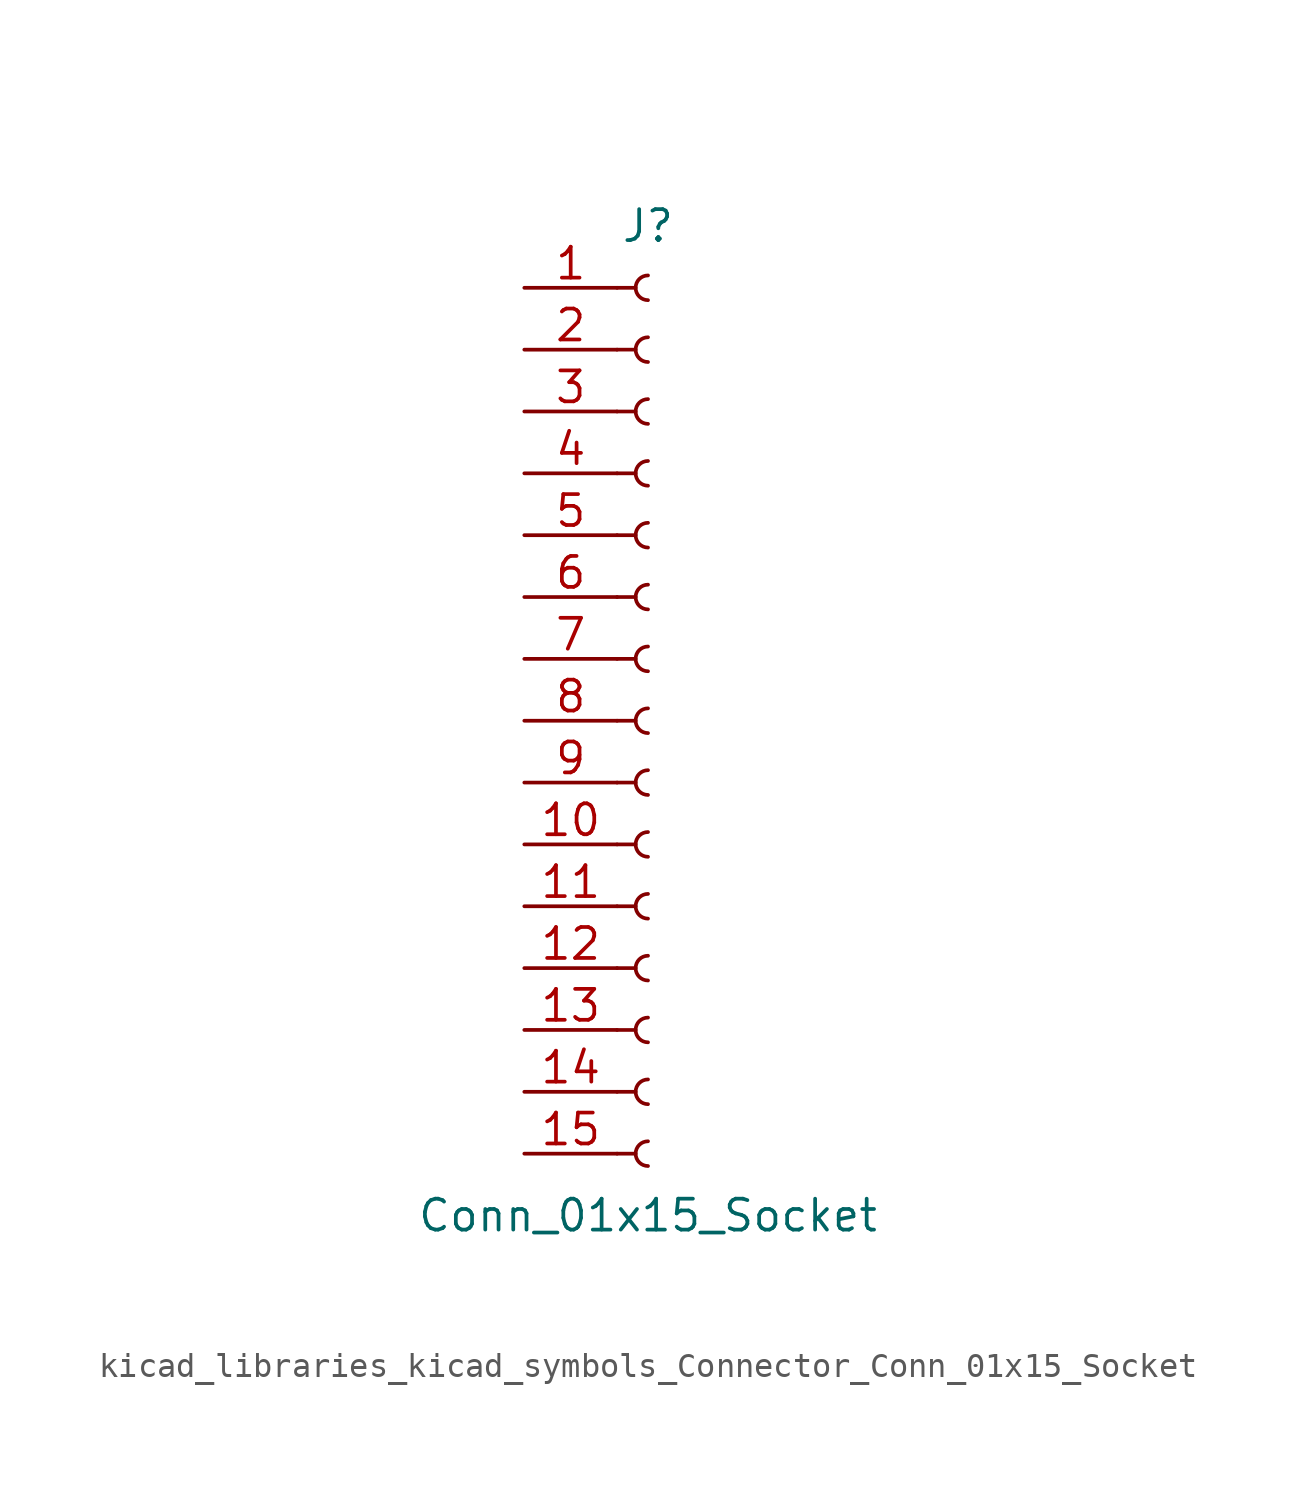
<source format=kicad_sym>
(kicad_symbol_lib
  (version 20220914)
  (generator kicad_symbol_editor)
  (symbol "kicad_libraries_kicad_symbols_Connector_Conn_01x15_Socket"
    (pin_names
      (offset 1.016) hide)
    (property "Reference" "J"
      (at 0 20.32 0)
      (effects (font (size 1.27 1.27))))
    (property "Value" "Conn_01x15_Socket"
      (at 0 -20.32 0)
      (effects (font (size 1.27 1.27))))
    (property "ki_locked" ""
      (at 0 0 0)
      (effects (font (size 1.27 1.27))))
    (symbol "kicad_libraries_kicad_symbols_Connector_Conn_01x15_Socket_1_1"
      (arc (start 0 -17.272) (mid -0.5058 -17.78) (end 0 -18.288) (stroke (width 0.1524) (type default)) (fill (type none)))
      (arc (start 0 -14.732) (mid -0.5058 -15.24) (end 0 -15.748) (stroke (width 0.1524) (type default)) (fill (type none)))
      (arc (start 0 -12.192) (mid -0.5058 -12.7) (end 0 -13.208) (stroke (width 0.1524) (type default)) (fill (type none)))
      (arc (start 0 -9.652) (mid -0.5058 -10.16) (end 0 -10.668) (stroke (width 0.1524) (type default)) (fill (type none)))
      (arc (start 0 -7.112) (mid -0.5058 -7.62) (end 0 -8.128) (stroke (width 0.1524) (type default)) (fill (type none)))
      (arc (start 0 -4.572) (mid -0.5058 -5.08) (end 0 -5.588) (stroke (width 0.1524) (type default)) (fill (type none)))
      (arc (start 0 -2.032) (mid -0.5058 -2.54) (end 0 -3.048) (stroke (width 0.1524) (type default)) (fill (type none)))
      (polyline (pts (xy -1.27 -17.78) (xy -0.508 -17.78)) (stroke (width 0.152) (type default)) (fill (type none)))
      (polyline (pts (xy -1.27 -15.24) (xy -0.508 -15.24)) (stroke (width 0.152) (type default)) (fill (type none)))
      (polyline (pts (xy -1.27 -12.7) (xy -0.508 -12.7)) (stroke (width 0.152) (type default)) (fill (type none)))
      (polyline (pts (xy -1.27 -10.16) (xy -0.508 -10.16)) (stroke (width 0.152) (type default)) (fill (type none)))
      (polyline (pts (xy -1.27 -7.62) (xy -0.508 -7.62)) (stroke (width 0.152) (type default)) (fill (type none)))
      (polyline (pts (xy -1.27 -5.08) (xy -0.508 -5.08)) (stroke (width 0.152) (type default)) (fill (type none)))
      (polyline (pts (xy -1.27 -2.54) (xy -0.508 -2.54)) (stroke (width 0.152) (type default)) (fill (type none)))
      (polyline (pts (xy -1.27 0) (xy -0.508 0)) (stroke (width 0.152) (type default)) (fill (type none)))
      (polyline (pts (xy -1.27 2.54) (xy -0.508 2.54)) (stroke (width 0.152) (type default)) (fill (type none)))
      (polyline (pts (xy -1.27 5.08) (xy -0.508 5.08)) (stroke (width 0.152) (type default)) (fill (type none)))
      (polyline (pts (xy -1.27 7.62) (xy -0.508 7.62)) (stroke (width 0.152) (type default)) (fill (type none)))
      (polyline (pts (xy -1.27 10.16) (xy -0.508 10.16)) (stroke (width 0.152) (type default)) (fill (type none)))
      (polyline (pts (xy -1.27 12.7) (xy -0.508 12.7)) (stroke (width 0.152) (type default)) (fill (type none)))
      (polyline (pts (xy -1.27 15.24) (xy -0.508 15.24)) (stroke (width 0.152) (type default)) (fill (type none)))
      (polyline (pts (xy -1.27 17.78) (xy -0.508 17.78)) (stroke (width 0.152) (type default)) (fill (type none)))
      (arc (start 0 0.508) (mid -0.5058 0) (end 0 -0.508) (stroke (width 0.1524) (type default)) (fill (type none)))
      (arc (start 0 3.048) (mid -0.5058 2.54) (end 0 2.032) (stroke (width 0.1524) (type default)) (fill (type none)))
      (arc (start 0 5.588) (mid -0.5058 5.08) (end 0 4.572) (stroke (width 0.1524) (type default)) (fill (type none)))
      (arc (start 0 8.128) (mid -0.5058 7.62) (end 0 7.112) (stroke (width 0.1524) (type default)) (fill (type none)))
      (arc (start 0 10.668) (mid -0.5058 10.16) (end 0 9.652) (stroke (width 0.1524) (type default)) (fill (type none)))
      (arc (start 0 13.208) (mid -0.5058 12.7) (end 0 12.192) (stroke (width 0.1524) (type default)) (fill (type none)))
      (arc (start 0 15.748) (mid -0.5058 15.24) (end 0 14.732) (stroke (width 0.1524) (type default)) (fill (type none)))
      (arc (start 0 18.288) (mid -0.5058 17.78) (end 0 17.272) (stroke (width 0.1524) (type default)) (fill (type none)))
      (pin passive line (at -5.08 17.78 0) (length 3.81) (name "Pin_1" (effects (font (size 1.27 1.27)))) (number "1" (effects (font (size 1.27 1.27)))))
      (pin passive line (at -5.08 -5.08 0) (length 3.81) (name "Pin_10" (effects (font (size 1.27 1.27)))) (number "10" (effects (font (size 1.27 1.27)))))
      (pin passive line (at -5.08 -7.62 0) (length 3.81) (name "Pin_11" (effects (font (size 1.27 1.27)))) (number "11" (effects (font (size 1.27 1.27)))))
      (pin passive line (at -5.08 -10.16 0) (length 3.81) (name "Pin_12" (effects (font (size 1.27 1.27)))) (number "12" (effects (font (size 1.27 1.27)))))
      (pin passive line (at -5.08 -12.7 0) (length 3.81) (name "Pin_13" (effects (font (size 1.27 1.27)))) (number "13" (effects (font (size 1.27 1.27)))))
      (pin passive line (at -5.08 -15.24 0) (length 3.81) (name "Pin_14" (effects (font (size 1.27 1.27)))) (number "14" (effects (font (size 1.27 1.27)))))
      (pin passive line (at -5.08 -17.78 0) (length 3.81) (name "Pin_15" (effects (font (size 1.27 1.27)))) (number "15" (effects (font (size 1.27 1.27)))))
      (pin passive line (at -5.08 15.24 0) (length 3.81) (name "Pin_2" (effects (font (size 1.27 1.27)))) (number "2" (effects (font (size 1.27 1.27)))))
      (pin passive line (at -5.08 12.7 0) (length 3.81) (name "Pin_3" (effects (font (size 1.27 1.27)))) (number "3" (effects (font (size 1.27 1.27)))))
      (pin passive line (at -5.08 10.16 0) (length 3.81) (name "Pin_4" (effects (font (size 1.27 1.27)))) (number "4" (effects (font (size 1.27 1.27)))))
      (pin passive line (at -5.08 7.62 0) (length 3.81) (name "Pin_5" (effects (font (size 1.27 1.27)))) (number "5" (effects (font (size 1.27 1.27)))))
      (pin passive line (at -5.08 5.08 0) (length 3.81) (name "Pin_6" (effects (font (size 1.27 1.27)))) (number "6" (effects (font (size 1.27 1.27)))))
      (pin passive line (at -5.08 2.54 0) (length 3.81) (name "Pin_7" (effects (font (size 1.27 1.27)))) (number "7" (effects (font (size 1.27 1.27)))))
      (pin passive line (at -5.08 0 0) (length 3.81) (name "Pin_8" (effects (font (size 1.27 1.27)))) (number "8" (effects (font (size 1.27 1.27)))))
      (pin passive line (at -5.08 -2.54 0) (length 3.81) (name "Pin_9" (effects (font (size 1.27 1.27)))) (number "9" (effects (font (size 1.27 1.27))))))))
</source>
